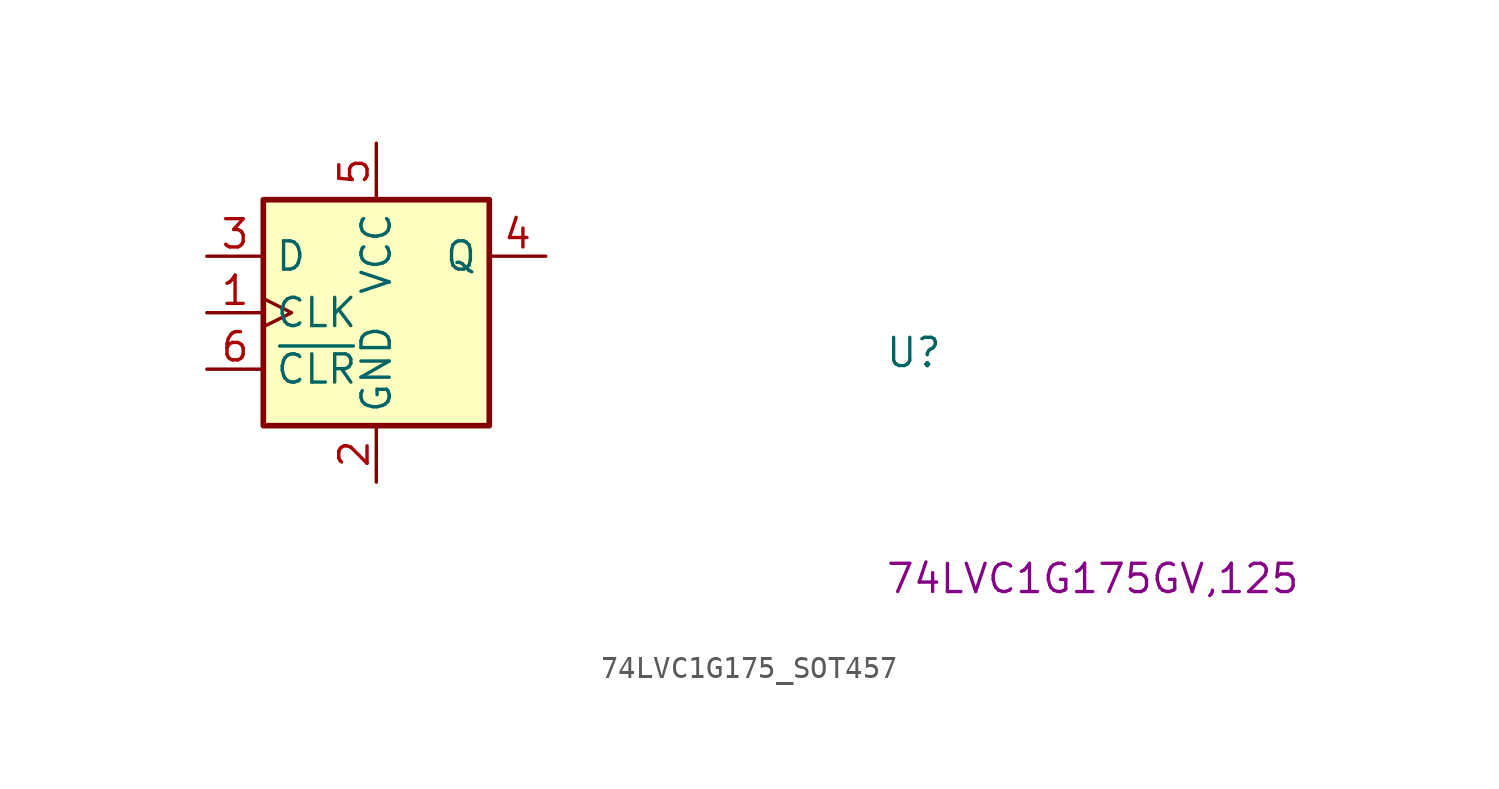
<source format=kicad_sym>
(kicad_symbol_lib
  (version 20220914)
  (generator kicad_symbol_editor)
  (symbol "74LVC1G175_SOT457"
    (property "Reference" "U"
      (at 30.48 -5.08 0)
      (effects (font (size 1.27 1.27) (thickness 0.15)) (justify left bottom)))
    (property "MPN" "74LVC1G175GV,125"
      (at 30.48 -15.24 0)
      (effects (font (size 1.27 1.27) (thickness 0.15)) (justify left bottom)))
    (symbol "74LVC1G175_SOT457_1_1"
      (rectangle (start 2.54 2.54) (end 12.7 -7.62) (stroke (width 0.254) (type default)) (fill (type background)))
      (pin input clock (at 0 -2.54 0) (length 2.54) (name "CLK" (effects (font (size 1.27 1.27)))) (number "1" (effects (font (size 1.27 1.27)))))
      (pin power_in line (at 7.62 -10.16 90) (length 2.54) (name "GND" (effects (font (size 1.27 1.27)))) (number "2" (effects (font (size 1.27 1.27)))))
      (pin input line (at 0 0 0) (length 2.54) (name "D" (effects (font (size 1.27 1.27)))) (number "3" (effects (font (size 1.27 1.27)))))
      (pin output line (at 15.24 0 180) (length 2.54) (name "Q" (effects (font (size 1.27 1.27)))) (number "4" (effects (font (size 1.27 1.27)))))
      (pin power_in line (at 7.62 5.08 270) (length 2.54) (name "VCC" (effects (font (size 1.27 1.27)))) (number "5" (effects (font (size 1.27 1.27)))))
      (pin input line (at 0 -5.08 0) (length 2.54) (name "~{CLR}" (effects (font (size 1.27 1.27)))) (number "6" (effects (font (size 1.27 1.27))))))))
</source>
